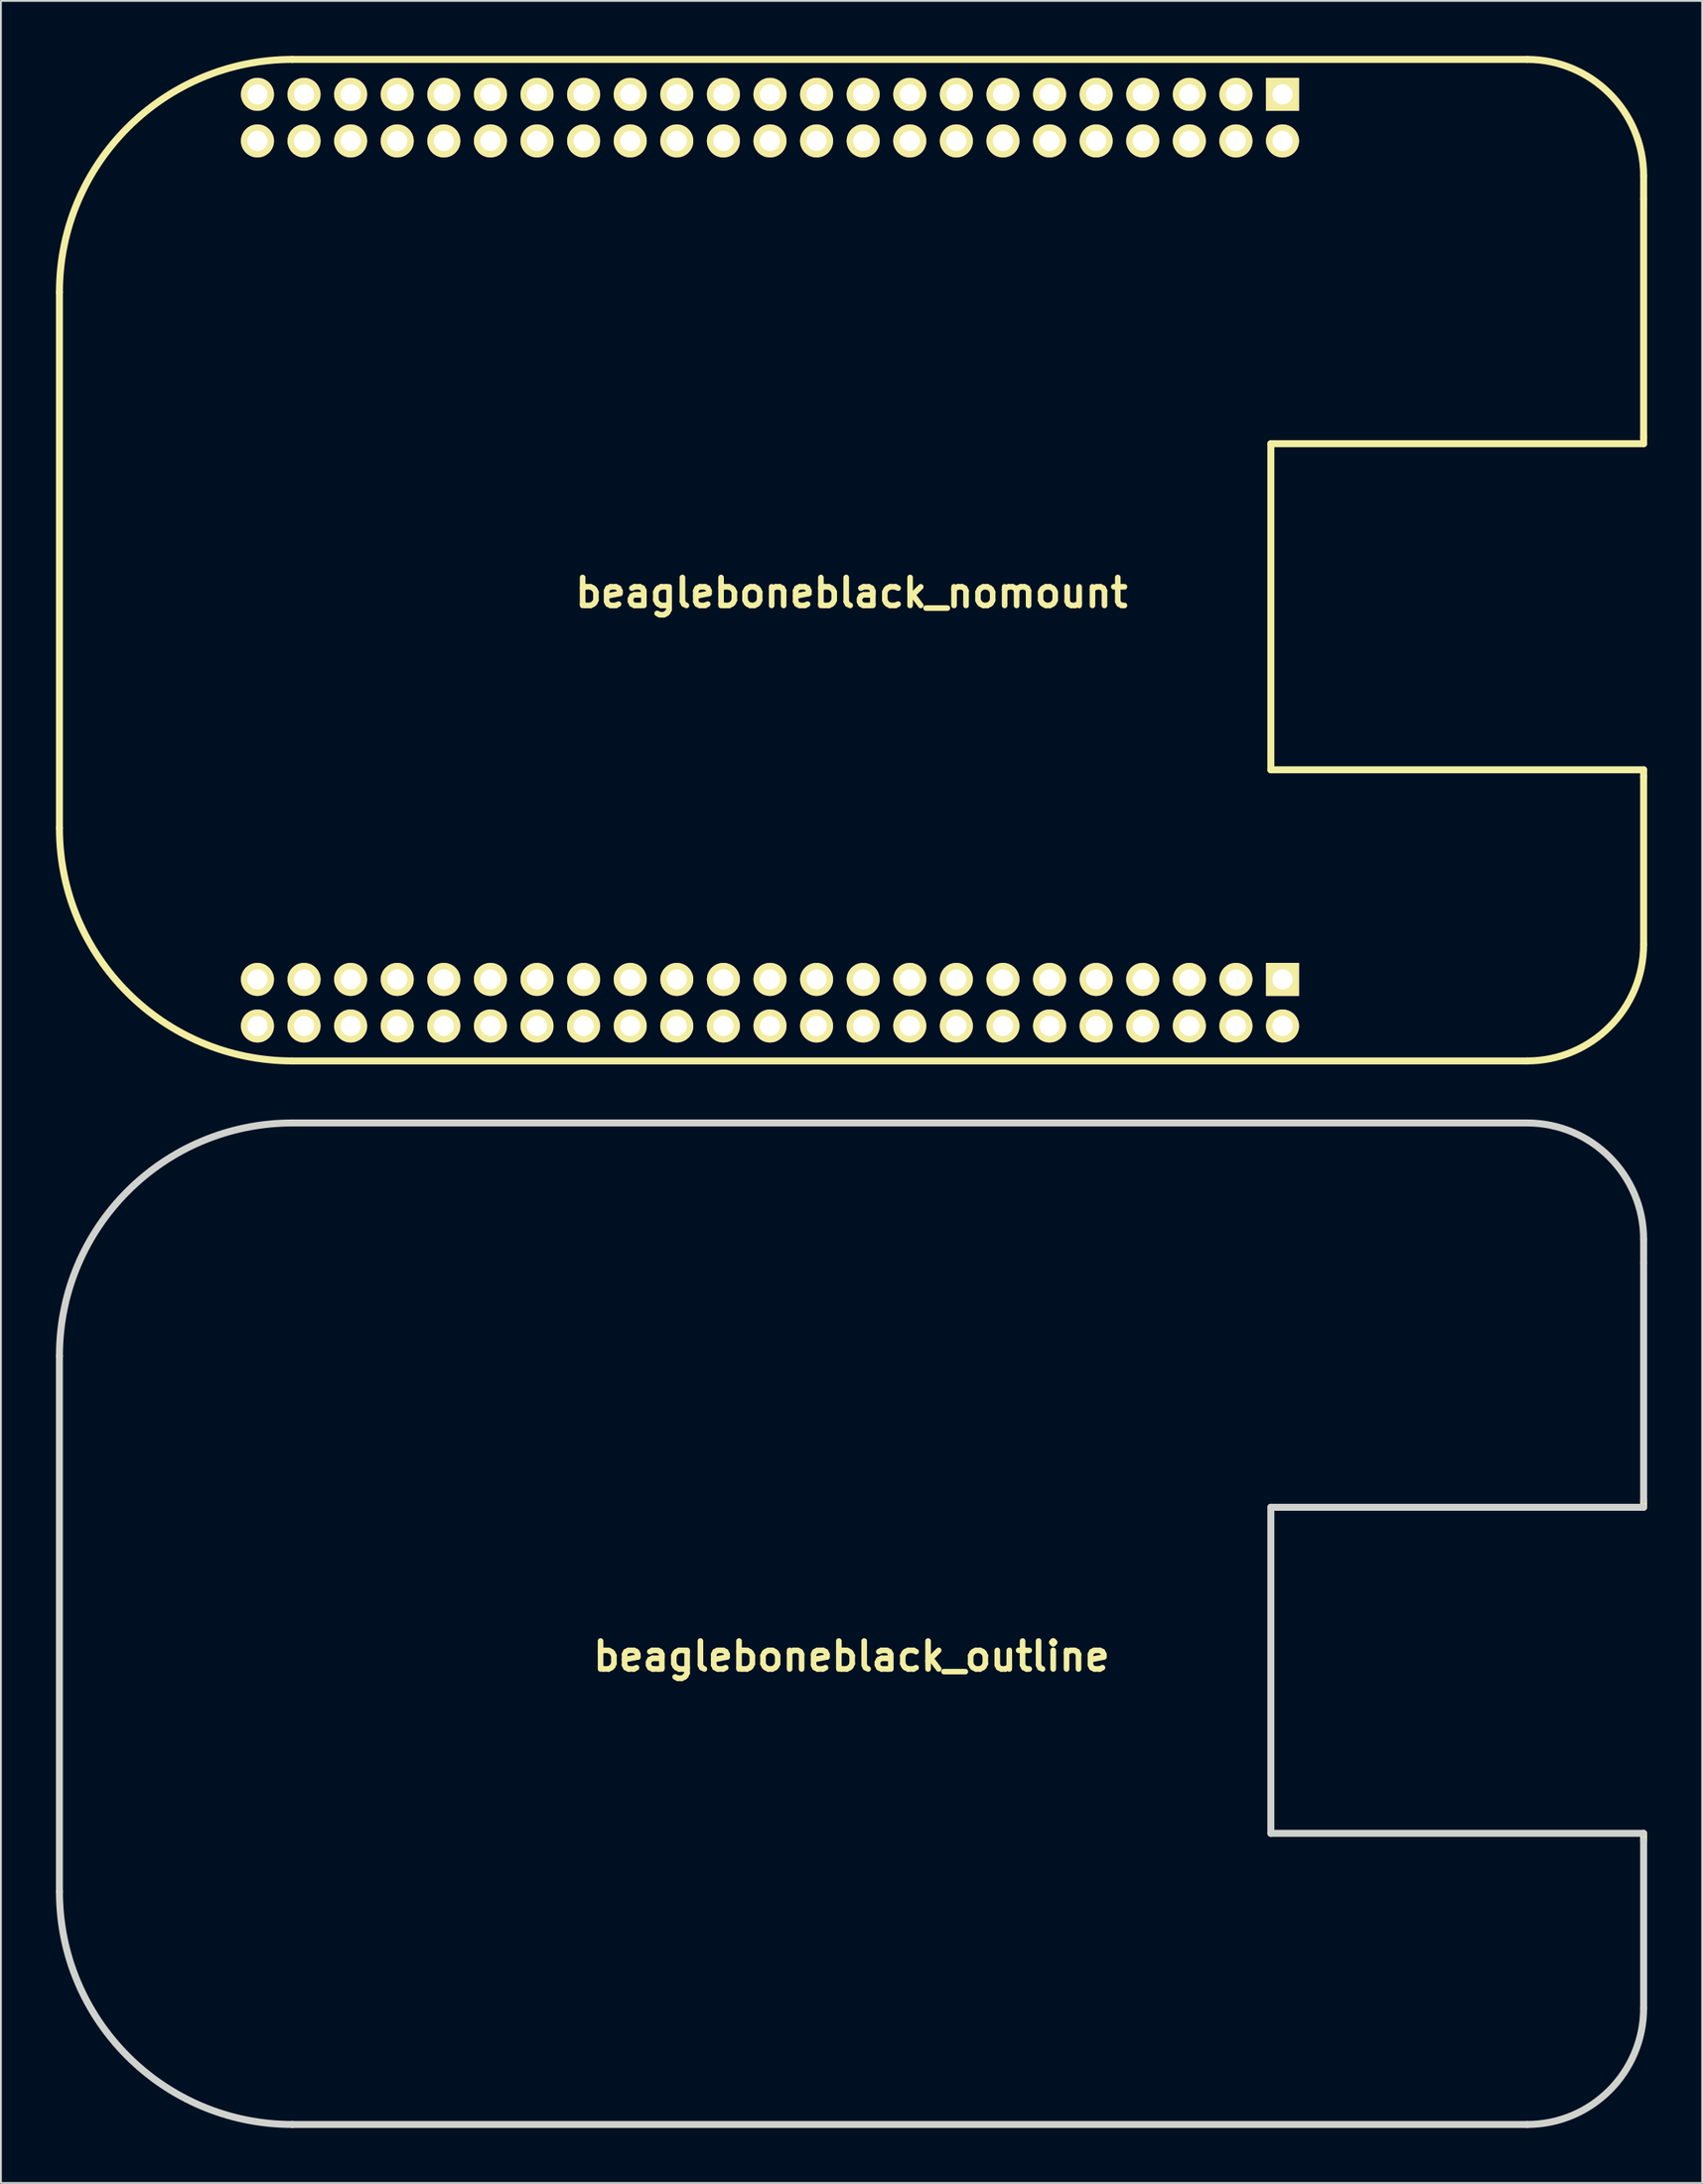
<source format=kicad_pcb>
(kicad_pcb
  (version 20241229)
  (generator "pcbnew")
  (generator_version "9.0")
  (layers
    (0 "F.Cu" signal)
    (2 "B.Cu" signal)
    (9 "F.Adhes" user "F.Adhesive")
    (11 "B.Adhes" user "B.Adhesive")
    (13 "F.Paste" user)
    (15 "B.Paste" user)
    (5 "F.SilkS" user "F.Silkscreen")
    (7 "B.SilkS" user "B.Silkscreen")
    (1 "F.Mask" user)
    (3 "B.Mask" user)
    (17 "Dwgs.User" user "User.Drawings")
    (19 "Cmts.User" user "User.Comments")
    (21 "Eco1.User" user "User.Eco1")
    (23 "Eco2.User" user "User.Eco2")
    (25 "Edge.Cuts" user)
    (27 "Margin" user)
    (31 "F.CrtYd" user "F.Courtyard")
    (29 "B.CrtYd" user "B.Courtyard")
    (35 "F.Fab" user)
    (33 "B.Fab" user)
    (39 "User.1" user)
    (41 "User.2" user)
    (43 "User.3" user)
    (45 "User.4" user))
  (footprint "beagleboneblack_nomount"
    (layer "F.Cu")
    (at 43.37 27.495)
    (property "Reference" "beagleboneblack_nomount" (at 0 1.778 0) (layer "F.SilkS") (effects (font (size 1.524 1.524) (thickness 0.305))))
    (attr through_hole)
    (fp_line (start -43.18 -14.605) (end -43.18 14.605) (stroke (width 0.381) (type solid)) (layer "F.SilkS"))
    (fp_line (start -30.48 -27.305) (end 36.83 -27.305) (stroke (width 0.381) (type solid)) (layer "F.SilkS"))
    (fp_line (start -30.48 27.305) (end 36.83 27.305) (stroke (width 0.381) (type solid)) (layer "F.SilkS"))
    (fp_line (start 22.86 -6.35) (end 43.18 -6.35) (stroke (width 0.381) (type solid)) (layer "F.SilkS"))
    (fp_line (start 22.86 11.43) (end 22.86 -6.35) (stroke (width 0.381) (type solid)) (layer "F.SilkS"))
    (fp_line (start 43.18 -20.955) (end 43.18 -19.685) (stroke (width 0.381) (type solid)) (layer "F.SilkS"))
    (fp_line (start 43.18 -6.731) (end 43.18 -19.685) (stroke (width 0.381) (type solid)) (layer "F.SilkS"))
    (fp_line (start 43.18 -6.35) (end 43.18 -6.731) (stroke (width 0.381) (type solid)) (layer "F.SilkS"))
    (fp_line (start 43.18 11.43) (end 22.86 11.43) (stroke (width 0.381) (type solid)) (layer "F.SilkS"))
    (fp_line (start 43.18 11.811) (end 43.18 11.43) (stroke (width 0.381) (type solid)) (layer "F.SilkS"))
    (fp_line (start 43.18 20.955) (end 43.18 11.811) (stroke (width 0.381) (type solid)) (layer "F.SilkS"))
    (fp_arc (start -43.18 -14.605) (mid -39.460256 -23.585256) (end -30.48 -27.305) (stroke (width 0.381) (type solid)) (layer "F.SilkS"))
    (fp_arc (start -30.48 27.305) (mid -39.460256 23.585256) (end -43.18 14.605) (stroke (width 0.381) (type solid)) (layer "F.SilkS"))
    (fp_arc (start 36.83 -27.305) (mid 41.320128 -25.445128) (end 43.18 -20.955) (stroke (width 0.381) (type solid)) (layer "F.SilkS"))
    (fp_arc (start 43.18 20.955) (mid 41.320128 25.445128) (end 36.83 27.305) (stroke (width 0.381) (type solid)) (layer "F.SilkS"))
    (pad "B1" thru_hole rect (at 23.495 22.86) (size 1.8 1.8) (drill 1.1) (layers "*.Cu" "*.Mask" "F.SilkS"))
    (pad "B2" thru_hole circle (at 23.495 25.4) (size 1.8 1.8) (drill 1.1) (layers "*.Cu" "*.Mask" "F.SilkS"))
    (pad "B3" thru_hole circle (at 20.955 22.86) (size 1.8 1.8) (drill 1.1) (layers "*.Cu" "*.Mask" "F.SilkS"))
    (pad "B4" thru_hole circle (at 20.955 25.4) (size 1.8 1.8) (drill 1.1) (layers "*.Cu" "*.Mask" "F.SilkS"))
    (pad "B5" thru_hole circle (at 18.415 22.86) (size 1.8 1.8) (drill 1.1) (layers "*.Cu" "*.Mask" "F.SilkS"))
    (pad "B6" thru_hole circle (at 18.415 25.4) (size 1.8 1.8) (drill 1.1) (layers "*.Cu" "*.Mask" "F.SilkS"))
    (pad "B7" thru_hole circle (at 15.875 22.86) (size 1.8 1.8) (drill 1.1) (layers "*.Cu" "*.Mask" "F.SilkS"))
    (pad "B8" thru_hole circle (at 15.875 25.4) (size 1.8 1.8) (drill 1.1) (layers "*.Cu" "*.Mask" "F.SilkS"))
    (pad "B9" thru_hole circle (at 13.335 22.86) (size 1.8 1.8) (drill 1.1) (layers "*.Cu" "*.Mask" "F.SilkS"))
    (pad "B10" thru_hole circle (at 13.335 25.4) (size 1.8 1.8) (drill 1.1) (layers "*.Cu" "*.Mask" "F.SilkS"))
    (pad "B11" thru_hole circle (at 10.795 22.86) (size 1.8 1.8) (drill 1.1) (layers "*.Cu" "*.Mask" "F.SilkS"))
    (pad "B12" thru_hole circle (at 10.795 25.4) (size 1.8 1.8) (drill 1.1) (layers "*.Cu" "*.Mask" "F.SilkS"))
    (pad "B13" thru_hole circle (at 8.255 22.86) (size 1.8 1.8) (drill 1.1) (layers "*.Cu" "*.Mask" "F.SilkS"))
    (pad "B14" thru_hole circle (at 8.255 25.4) (size 1.8 1.8) (drill 1.1) (layers "*.Cu" "*.Mask" "F.SilkS"))
    (pad "B15" thru_hole circle (at 5.715 22.86) (size 1.8 1.8) (drill 1.1) (layers "*.Cu" "*.Mask" "F.SilkS"))
    (pad "B16" thru_hole circle (at 5.715 25.4) (size 1.8 1.8) (drill 1.1) (layers "*.Cu" "*.Mask" "F.SilkS"))
    (pad "B17" thru_hole circle (at 3.175 22.86) (size 1.8 1.8) (drill 1.1) (layers "*.Cu" "*.Mask" "F.SilkS"))
    (pad "B18" thru_hole circle (at 3.175 25.4) (size 1.8 1.8) (drill 1.1) (layers "*.Cu" "*.Mask" "F.SilkS"))
    (pad "B19" thru_hole circle (at 0.635 22.86) (size 1.8 1.8) (drill 1.1) (layers "*.Cu" "*.Mask" "F.SilkS"))
    (pad "B20" thru_hole circle (at 0.635 25.4) (size 1.8 1.8) (drill 1.1) (layers "*.Cu" "*.Mask" "F.SilkS"))
    (pad "B21" thru_hole circle (at -1.905 22.86) (size 1.8 1.8) (drill 1.1) (layers "*.Cu" "*.Mask" "F.SilkS"))
    (pad "B22" thru_hole circle (at -1.905 25.4) (size 1.8 1.8) (drill 1.1) (layers "*.Cu" "*.Mask" "F.SilkS"))
    (pad "B23" thru_hole circle (at -4.445 22.86) (size 1.8 1.8) (drill 1.1) (layers "*.Cu" "*.Mask" "F.SilkS"))
    (pad "B24" thru_hole circle (at -4.445 25.4) (size 1.8 1.8) (drill 1.1) (layers "*.Cu" "*.Mask" "F.SilkS"))
    (pad "B25" thru_hole circle (at -6.985 22.86) (size 1.8 1.8) (drill 1.1) (layers "*.Cu" "*.Mask" "F.SilkS"))
    (pad "B26" thru_hole circle (at -6.985 25.4) (size 1.8 1.8) (drill 1.1) (layers "*.Cu" "*.Mask" "F.SilkS"))
    (pad "B27" thru_hole circle (at -9.525 22.86) (size 1.8 1.8) (drill 1.1) (layers "*.Cu" "*.Mask" "F.SilkS"))
    (pad "B28" thru_hole circle (at -9.525 25.4) (size 1.8 1.8) (drill 1.1) (layers "*.Cu" "*.Mask" "F.SilkS"))
    (pad "B29" thru_hole circle (at -12.065 22.86) (size 1.8 1.8) (drill 1.1) (layers "*.Cu" "*.Mask" "F.SilkS"))
    (pad "B30" thru_hole circle (at -12.065 25.4) (size 1.8 1.8) (drill 1.1) (layers "*.Cu" "*.Mask" "F.SilkS"))
    (pad "B31" thru_hole circle (at -14.605 22.86) (size 1.8 1.8) (drill 1.1) (layers "*.Cu" "*.Mask" "F.SilkS"))
    (pad "B32" thru_hole circle (at -14.605 25.4) (size 1.8 1.8) (drill 1.1) (layers "*.Cu" "*.Mask" "F.SilkS"))
    (pad "B33" thru_hole circle (at -17.145 22.86) (size 1.8 1.8) (drill 1.1) (layers "*.Cu" "*.Mask" "F.SilkS"))
    (pad "B34" thru_hole circle (at -17.145 25.4) (size 1.8 1.8) (drill 1.1) (layers "*.Cu" "*.Mask" "F.SilkS"))
    (pad "B35" thru_hole circle (at -19.685 22.86) (size 1.8 1.8) (drill 1.1) (layers "*.Cu" "*.Mask" "F.SilkS"))
    (pad "B36" thru_hole circle (at -19.685 25.4) (size 1.8 1.8) (drill 1.1) (layers "*.Cu" "*.Mask" "F.SilkS"))
    (pad "B37" thru_hole circle (at -22.225 22.86) (size 1.8 1.8) (drill 1.1) (layers "*.Cu" "*.Mask" "F.SilkS"))
    (pad "B38" thru_hole circle (at -22.225 25.4) (size 1.8 1.8) (drill 1.1) (layers "*.Cu" "*.Mask" "F.SilkS"))
    (pad "B39" thru_hole circle (at -24.765 22.86) (size 1.8 1.8) (drill 1.1) (layers "*.Cu" "*.Mask" "F.SilkS"))
    (pad "B40" thru_hole circle (at -24.765 25.4) (size 1.8 1.8) (drill 1.1) (layers "*.Cu" "*.Mask" "F.SilkS"))
    (pad "B41" thru_hole circle (at -27.305 22.86) (size 1.8 1.8) (drill 1.1) (layers "*.Cu" "*.Mask" "F.SilkS"))
    (pad "B42" thru_hole circle (at -27.305 25.4) (size 1.8 1.8) (drill 1.1) (layers "*.Cu" "*.Mask" "F.SilkS"))
    (pad "B43" thru_hole circle (at -29.845 22.86) (size 1.8 1.8) (drill 1.1) (layers "*.Cu" "*.Mask" "F.SilkS"))
    (pad "B44" thru_hole circle (at -29.845 25.4) (size 1.8 1.8) (drill 1.1) (layers "*.Cu" "*.Mask" "F.SilkS"))
    (pad "B45" thru_hole circle (at -32.385 22.86) (size 1.8 1.8) (drill 1.1) (layers "*.Cu" "*.Mask" "F.SilkS"))
    (pad "B46" thru_hole circle (at -32.385 25.4) (size 1.8 1.8) (drill 1.1) (layers "*.Cu" "*.Mask" "F.SilkS"))
    (pad "C1" thru_hole rect (at 23.495 -25.4) (size 1.8 1.8) (drill 1.1) (layers "*.Cu" "*.Mask" "F.SilkS"))
    (pad "C2" thru_hole circle (at 23.495 -22.86) (size 1.8 1.8) (drill 1.1) (layers "*.Cu" "*.Mask" "F.SilkS"))
    (pad "C3" thru_hole circle (at 20.955 -25.4) (size 1.8 1.8) (drill 1.1) (layers "*.Cu" "*.Mask" "F.SilkS"))
    (pad "C4" thru_hole circle (at 20.955 -22.86) (size 1.8 1.8) (drill 1.1) (layers "*.Cu" "*.Mask" "F.SilkS"))
    (pad "C5" thru_hole circle (at 18.415 -25.4) (size 1.8 1.8) (drill 1.1) (layers "*.Cu" "*.Mask" "F.SilkS"))
    (pad "C6" thru_hole circle (at 18.415 -22.86) (size 1.8 1.8) (drill 1.1) (layers "*.Cu" "*.Mask" "F.SilkS"))
    (pad "C7" thru_hole circle (at 15.875 -25.4) (size 1.8 1.8) (drill 1.1) (layers "*.Cu" "*.Mask" "F.SilkS"))
    (pad "C8" thru_hole circle (at 15.875 -22.86) (size 1.8 1.8) (drill 1.1) (layers "*.Cu" "*.Mask" "F.SilkS"))
    (pad "C9" thru_hole circle (at 13.335 -25.4) (size 1.8 1.8) (drill 1.1) (layers "*.Cu" "*.Mask" "F.SilkS"))
    (pad "C10" thru_hole circle (at 13.335 -22.86) (size 1.8 1.8) (drill 1.1) (layers "*.Cu" "*.Mask" "F.SilkS"))
    (pad "C11" thru_hole circle (at 10.795 -25.4) (size 1.8 1.8) (drill 1.1) (layers "*.Cu" "*.Mask" "F.SilkS"))
    (pad "C12" thru_hole circle (at 10.795 -22.86) (size 1.8 1.8) (drill 1.1) (layers "*.Cu" "*.Mask" "F.SilkS"))
    (pad "C13" thru_hole circle (at 8.255 -25.4) (size 1.8 1.8) (drill 1.1) (layers "*.Cu" "*.Mask" "F.SilkS"))
    (pad "C14" thru_hole circle (at 8.255 -22.86) (size 1.8 1.8) (drill 1.1) (layers "*.Cu" "*.Mask" "F.SilkS"))
    (pad "C15" thru_hole circle (at 5.715 -25.4) (size 1.8 1.8) (drill 1.1) (layers "*.Cu" "*.Mask" "F.SilkS"))
    (pad "C16" thru_hole circle (at 5.715 -22.86) (size 1.8 1.8) (drill 1.1) (layers "*.Cu" "*.Mask" "F.SilkS"))
    (pad "C17" thru_hole circle (at 3.175 -25.4) (size 1.8 1.8) (drill 1.1) (layers "*.Cu" "*.Mask" "F.SilkS"))
    (pad "C18" thru_hole circle (at 3.175 -22.86) (size 1.8 1.8) (drill 1.1) (layers "*.Cu" "*.Mask" "F.SilkS"))
    (pad "C19" thru_hole circle (at 0.635 -25.4) (size 1.8 1.8) (drill 1.1) (layers "*.Cu" "*.Mask" "F.SilkS"))
    (pad "C20" thru_hole circle (at 0.635 -22.86) (size 1.8 1.8) (drill 1.1) (layers "*.Cu" "*.Mask" "F.SilkS"))
    (pad "C21" thru_hole circle (at -1.905 -25.4) (size 1.8 1.8) (drill 1.1) (layers "*.Cu" "*.Mask" "F.SilkS"))
    (pad "C22" thru_hole circle (at -1.905 -22.86) (size 1.8 1.8) (drill 1.1) (layers "*.Cu" "*.Mask" "F.SilkS"))
    (pad "C23" thru_hole circle (at -4.445 -25.4) (size 1.8 1.8) (drill 1.1) (layers "*.Cu" "*.Mask" "F.SilkS"))
    (pad "C24" thru_hole circle (at -4.445 -22.86) (size 1.8 1.8) (drill 1.1) (layers "*.Cu" "*.Mask" "F.SilkS"))
    (pad "C25" thru_hole circle (at -6.985 -25.4) (size 1.8 1.8) (drill 1.1) (layers "*.Cu" "*.Mask" "F.SilkS"))
    (pad "C26" thru_hole circle (at -6.985 -22.86) (size 1.8 1.8) (drill 1.1) (layers "*.Cu" "*.Mask" "F.SilkS"))
    (pad "C27" thru_hole circle (at -9.525 -25.4) (size 1.8 1.8) (drill 1.1) (layers "*.Cu" "*.Mask" "F.SilkS"))
    (pad "C28" thru_hole circle (at -9.525 -22.86) (size 1.8 1.8) (drill 1.1) (layers "*.Cu" "*.Mask" "F.SilkS"))
    (pad "C29" thru_hole circle (at -12.065 -25.4) (size 1.8 1.8) (drill 1.1) (layers "*.Cu" "*.Mask" "F.SilkS"))
    (pad "C30" thru_hole circle (at -12.065 -22.86) (size 1.8 1.8) (drill 1.1) (layers "*.Cu" "*.Mask" "F.SilkS"))
    (pad "C31" thru_hole circle (at -14.605 -25.4) (size 1.8 1.8) (drill 1.1) (layers "*.Cu" "*.Mask" "F.SilkS"))
    (pad "C32" thru_hole circle (at -14.605 -22.86) (size 1.8 1.8) (drill 1.1) (layers "*.Cu" "*.Mask" "F.SilkS"))
    (pad "C33" thru_hole circle (at -17.145 -25.4) (size 1.8 1.8) (drill 1.1) (layers "*.Cu" "*.Mask" "F.SilkS"))
    (pad "C34" thru_hole circle (at -17.145 -22.86) (size 1.8 1.8) (drill 1.1) (layers "*.Cu" "*.Mask" "F.SilkS"))
    (pad "C35" thru_hole circle (at -19.685 -25.4) (size 1.8 1.8) (drill 1.1) (layers "*.Cu" "*.Mask" "F.SilkS"))
    (pad "C36" thru_hole circle (at -19.685 -22.86) (size 1.8 1.8) (drill 1.1) (layers "*.Cu" "*.Mask" "F.SilkS"))
    (pad "C37" thru_hole circle (at -22.225 -25.4) (size 1.8 1.8) (drill 1.1) (layers "*.Cu" "*.Mask" "F.SilkS"))
    (pad "C38" thru_hole circle (at -22.225 -22.86) (size 1.8 1.8) (drill 1.1) (layers "*.Cu" "*.Mask" "F.SilkS"))
    (pad "C39" thru_hole circle (at -24.765 -25.4) (size 1.8 1.8) (drill 1.1) (layers "*.Cu" "*.Mask" "F.SilkS"))
    (pad "C40" thru_hole circle (at -24.765 -22.86) (size 1.8 1.8) (drill 1.1) (layers "*.Cu" "*.Mask" "F.SilkS"))
    (pad "C41" thru_hole circle (at -27.305 -25.4) (size 1.8 1.8) (drill 1.1) (layers "*.Cu" "*.Mask" "F.SilkS"))
    (pad "C42" thru_hole circle (at -27.305 -22.86) (size 1.8 1.8) (drill 1.1) (layers "*.Cu" "*.Mask" "F.SilkS"))
    (pad "C43" thru_hole circle (at -29.845 -25.4) (size 1.8 1.8) (drill 1.1) (layers "*.Cu" "*.Mask" "F.SilkS"))
    (pad "C44" thru_hole circle (at -29.845 -22.86) (size 1.8 1.8) (drill 1.1) (layers "*.Cu" "*.Mask" "F.SilkS"))
    (pad "C45" thru_hole circle (at -32.385 -25.4) (size 1.8 1.8) (drill 1.1) (layers "*.Cu" "*.Mask" "F.SilkS"))
    (pad "C46" thru_hole circle (at -32.385 -22.86) (size 1.8 1.8) (drill 1.1) (layers "*.Cu" "*.Mask" "F.SilkS")))
  (footprint "beagleboneblack_outline"
    (layer "F.Cu")
    (at 43.37 85.487)
    (property "Reference" "beagleboneblack_outline" (at 0 1.778 0) (layer "F.SilkS") (effects (font (size 1.524 1.524) (thickness 0.305))))
    (attr through_hole)
    (fp_line (start 43.18 -6.35) (end 43.18 -6.731) (stroke (width 0.381) (type solid)) (layer "F.SilkS"))
    (fp_line (start 43.18 11.811) (end 43.18 11.43) (stroke (width 0.381) (type solid)) (layer "F.SilkS"))
    (fp_line (start -43.18 -14.605) (end -43.18 14.605) (stroke (width 0.381) (type solid)) (layer "Edge.Cuts"))
    (fp_line (start -30.48 -27.305) (end 36.83 -27.305) (stroke (width 0.381) (type solid)) (layer "Edge.Cuts"))
    (fp_line (start -30.48 27.305) (end 36.83 27.305) (stroke (width 0.381) (type solid)) (layer "Edge.Cuts"))
    (fp_line (start 22.86 -6.35) (end 43.18 -6.35) (stroke (width 0.381) (type solid)) (layer "Edge.Cuts"))
    (fp_line (start 22.86 11.43) (end 22.86 -6.35) (stroke (width 0.381) (type solid)) (layer "Edge.Cuts"))
    (fp_line (start 43.18 -20.955) (end 43.18 -19.685) (stroke (width 0.381) (type solid)) (layer "Edge.Cuts"))
    (fp_line (start 43.18 -6.731) (end 43.18 -19.685) (stroke (width 0.381) (type solid)) (layer "Edge.Cuts"))
    (fp_line (start 43.18 11.43) (end 22.86 11.43) (stroke (width 0.381) (type solid)) (layer "Edge.Cuts"))
    (fp_line (start 43.18 20.955) (end 43.18 11.811) (stroke (width 0.381) (type solid)) (layer "Edge.Cuts"))
    (fp_arc (start -43.18 -14.605) (mid -39.460256 -23.585256) (end -30.48 -27.305) (stroke (width 0.381) (type solid)) (layer "Edge.Cuts"))
    (fp_arc (start -30.48 27.305) (mid -39.460256 23.585256) (end -43.18 14.605) (stroke (width 0.381) (type solid)) (layer "Edge.Cuts"))
    (fp_arc (start 36.83 -27.305) (mid 41.320128 -25.445128) (end 43.18 -20.955) (stroke (width 0.381) (type solid)) (layer "Edge.Cuts"))
    (fp_arc (start 43.18 20.955) (mid 41.320128 25.445128) (end 36.83 27.305) (stroke (width 0.381) (type solid)) (layer "Edge.Cuts")))
  (gr_rect
    (start -3 -3)
    (end 89.741 115.982)
    (stroke (width 0.1) (type default))
    (fill no)
    (layer "Edge.Cuts")))
</source>
